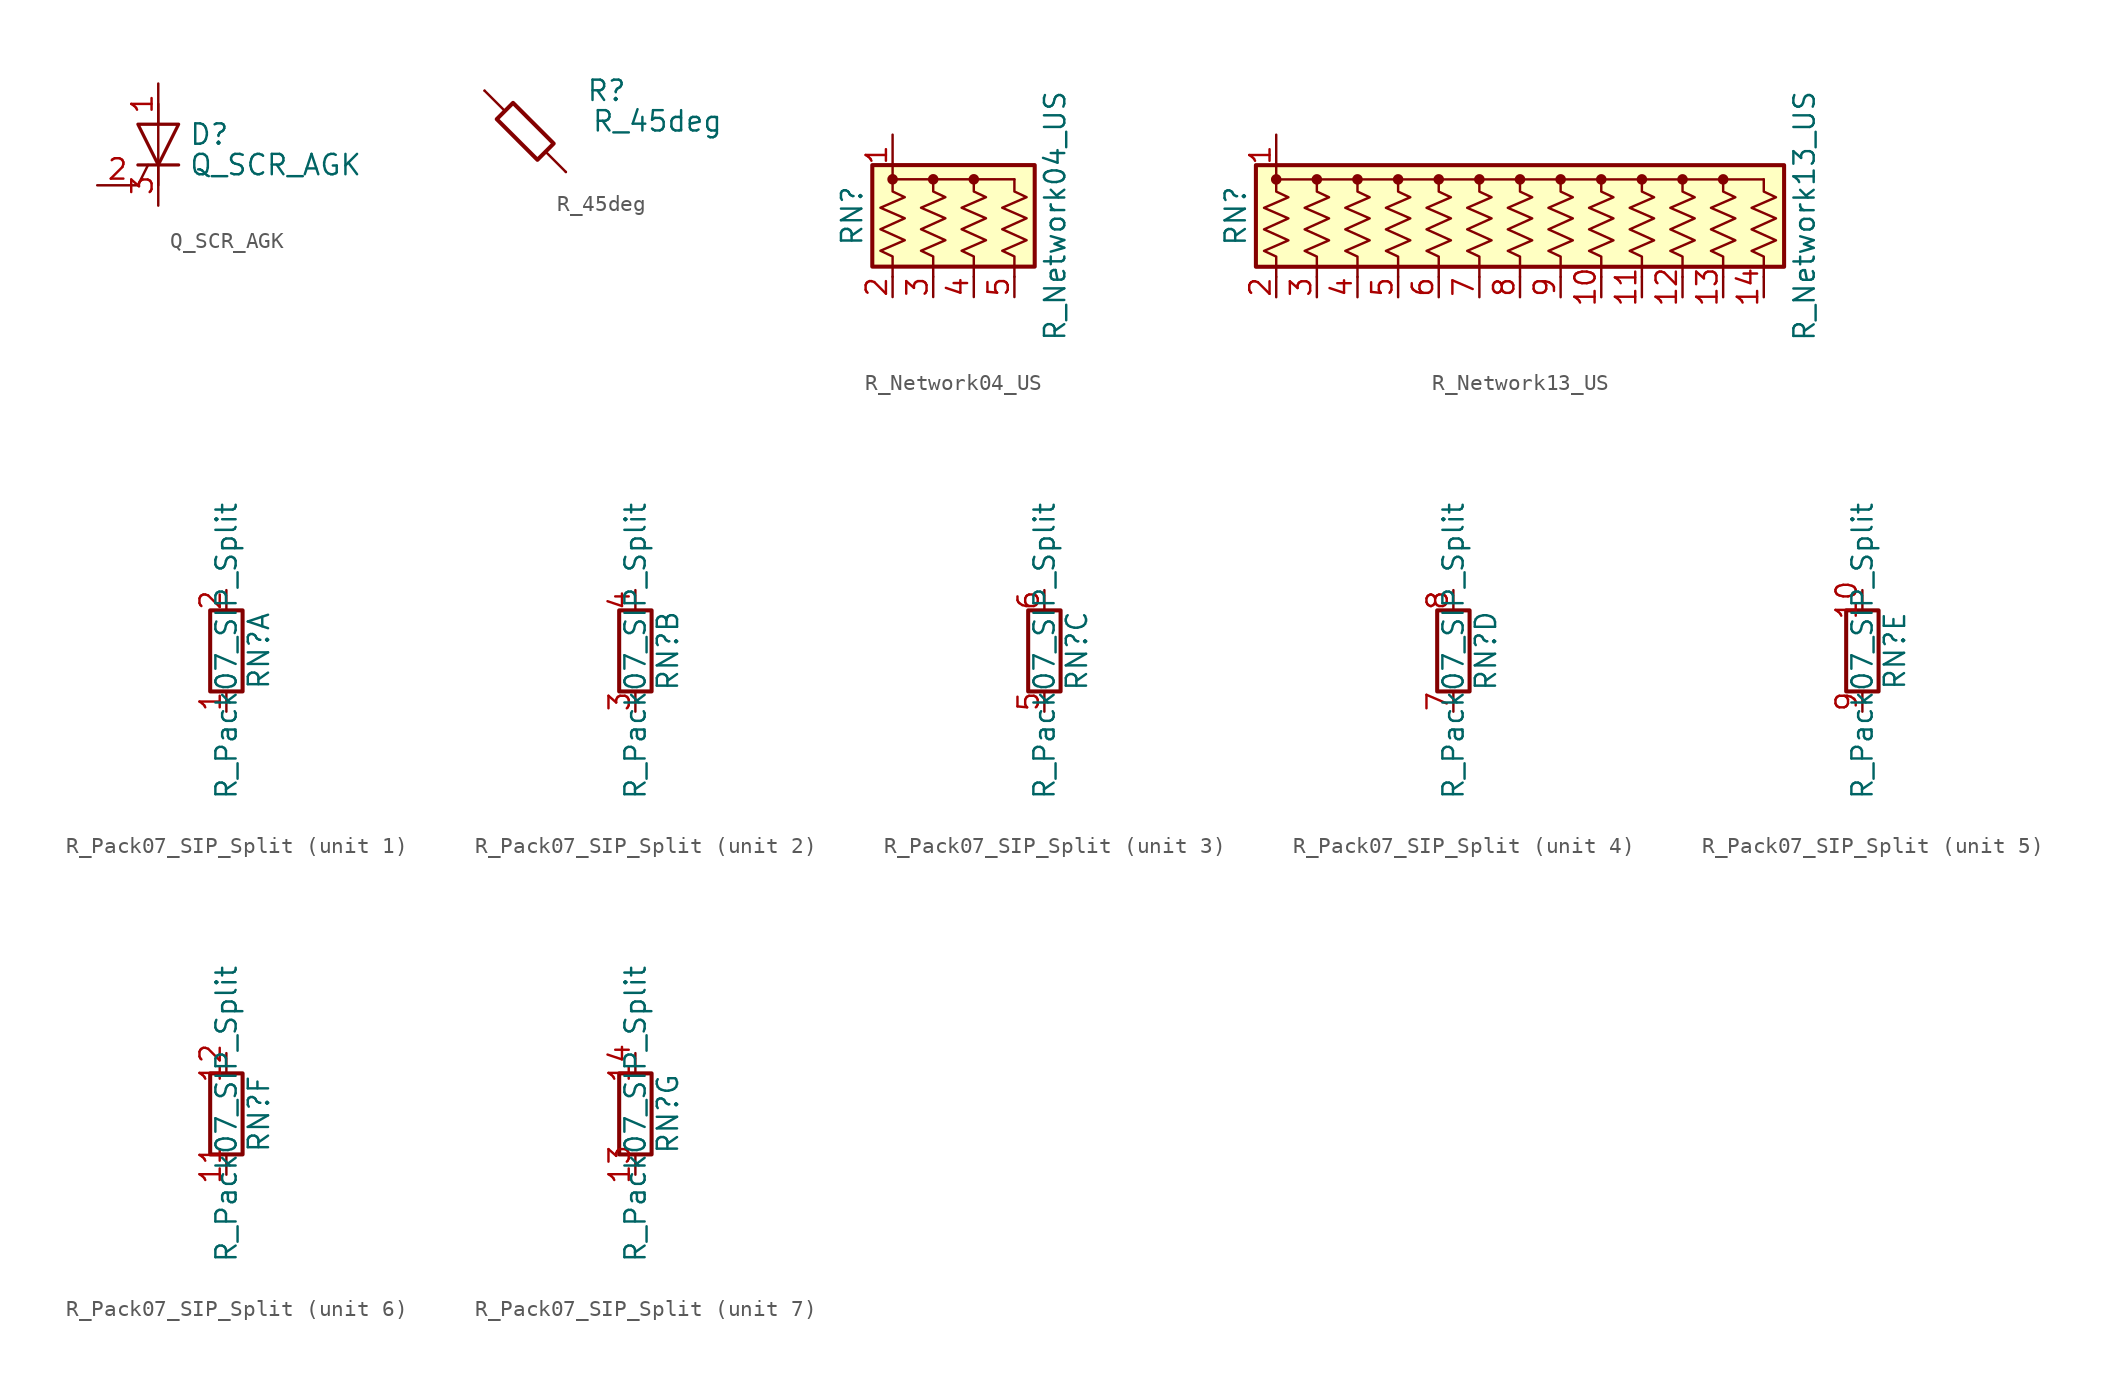
<source format=kicad_sym>
(kicad_symbol_lib
  (version 20241209)
  (generator "kicad_symbol_editor")
  (generator_version "9.0")
  (symbol "Q_SCR_AGK"
    (pin_names
      (offset 0)
      (hide yes))
    (property "Reference" "D"
      (at 1.905 0.635 0)
      (effects (font (size 1.27 1.27)) (justify left)))
    (property "Value" "Q_SCR_AGK"
      (at 1.905 -1.27 0)
      (effects (font (size 1.27 1.27)) (justify left)))
    (symbol "Q_SCR_AGK_0_1"
      (polyline (pts (xy -1.27 1.27) (xy 1.27 1.27) (xy 0 -1.27) (xy -1.27 1.27)) (stroke (width 0.203) (type default)) (fill (type none)))
      (polyline (pts (xy -1.27 -1.27) (xy 1.27 -1.27)) (stroke (width 0.203) (type default)) (fill (type none)))
      (polyline (pts (xy -1.27 -2.54) (xy -0.635 -1.27)) (stroke (width 0) (type default)) (fill (type none)))
      (polyline (pts (xy 0 -2.54) (xy 0 2.54)) (stroke (width 0) (type default)) (fill (type none))))
    (symbol "Q_SCR_AGK_1_1"
      (pin input line (at -3.81 -2.54 0) (length 2.54) (name "G" (effects (font (size 1.27 1.27)))) (number "2" (effects (font (size 1.27 1.27)))))
      (pin passive line (at 0 3.81 270) (length 2.54) (name "A" (effects (font (size 1.27 1.27)))) (number "1" (effects (font (size 1.27 1.27)))))
      (pin passive line (at 0 -3.81 90) (length 2.54) (name "K" (effects (font (size 1.27 1.27)))) (number "3" (effects (font (size 1.27 1.27)))))))
  (symbol "R_45deg"
    (pin_numbers
      (hide yes))
    (pin_names
      (offset 0))
    (property "Reference" "R"
      (at 5.08 2.54 0)
      (effects (font (size 1.27 1.27))))
    (property "Value" "R_45deg"
      (at 8.255 0.635 0)
      (effects (font (size 1.27 1.27))))
    (symbol "R_45deg_0_1"
      (polyline (pts (xy -2.54 2.54) (xy -1.27 1.27)) (stroke (width 0) (type default)) (fill (type none)))
      (polyline (pts (xy 1.27 -1.27) (xy 2.54 -2.54)) (stroke (width 0) (type default)) (fill (type none))))
    (symbol "R_45deg_1_1"
      (polyline (pts (xy -1.778 0.762) (xy 0.762 -1.778) (xy 1.778 -0.762) (xy -0.762 1.778) (xy -1.778 0.762)) (stroke (width 0.254) (type default)) (fill (type none)))
      (pin passive line (at -2.54 2.54 0) (length 0) (name "~" (effects (font (size 1.27 1.27)))) (number "1" (effects (font (size 1.27 1.27)))))
      (pin passive line (at 2.54 -2.54 180) (length 0) (name "~" (effects (font (size 1.27 1.27)))) (number "2" (effects (font (size 1.27 1.27)))))))
  (symbol "R_Network04_US"
    (pin_names
      (offset 0)
      (hide yes))
    (property "Reference" "RN"
      (at -7.62 0 90)
      (effects (font (size 1.27 1.27))))
    (property "Value" "R_Network04_US"
      (at 5.08 0 90)
      (effects (font (size 1.27 1.27))))
    (symbol "R_Network04_US_0_1"
      (rectangle (start -6.35 -3.175) (end 3.81 3.175) (stroke (width 0.254) (type default)) (fill (type background)))
      (circle (center -5.08 2.286) (radius 0.254) (stroke (width 0) (type default)) (fill (type outline)))
      (polyline (pts (xy -5.08 2.286) (xy 2.54 2.286)) (stroke (width 0) (type default)) (fill (type none)))
      (polyline (pts (xy -5.08 2.286) (xy -5.08 1.524) (xy -4.318 1.168) (xy -5.842 0.508) (xy -4.318 -0.152) (xy -5.842 -0.838) (xy -4.318 -1.524) (xy -5.842 -2.184) (xy -5.08 -2.54) (xy -5.08 -3.81)) (stroke (width 0) (type default)) (fill (type none)))
      (circle (center -2.54 2.286) (radius 0.254) (stroke (width 0) (type default)) (fill (type outline)))
      (polyline (pts (xy -2.54 2.286) (xy -2.54 1.524) (xy -1.778 1.168) (xy -3.302 0.508) (xy -1.778 -0.152) (xy -3.302 -0.838) (xy -1.778 -1.524) (xy -3.302 -2.184) (xy -2.54 -2.54) (xy -2.54 -3.81)) (stroke (width 0) (type default)) (fill (type none)))
      (circle (center 0 2.286) (radius 0.254) (stroke (width 0) (type default)) (fill (type outline)))
      (polyline (pts (xy 0 2.286) (xy 0 1.524) (xy 0.762 1.168) (xy -0.762 0.508) (xy 0.762 -0.152) (xy -0.762 -0.838) (xy 0.762 -1.524) (xy -0.762 -2.184) (xy 0 -2.54) (xy 0 -3.81)) (stroke (width 0) (type default)) (fill (type none)))
      (polyline (pts (xy 2.54 2.286) (xy 2.54 1.524) (xy 3.302 1.168) (xy 1.778 0.508) (xy 3.302 -0.152) (xy 1.778 -0.838) (xy 3.302 -1.524) (xy 1.778 -2.184) (xy 2.54 -2.54) (xy 2.54 -3.81)) (stroke (width 0) (type default)) (fill (type none))))
    (symbol "R_Network04_US_1_1"
      (pin passive line (at -5.08 5.08 270) (length 2.54) (name "common" (effects (font (size 1.27 1.27)))) (number "1" (effects (font (size 1.27 1.27)))))
      (pin passive line (at -5.08 -5.08 90) (length 1.27) (name "R1" (effects (font (size 1.27 1.27)))) (number "2" (effects (font (size 1.27 1.27)))))
      (pin passive line (at -2.54 -5.08 90) (length 1.27) (name "R2" (effects (font (size 1.27 1.27)))) (number "3" (effects (font (size 1.27 1.27)))))
      (pin passive line (at 0 -5.08 90) (length 1.27) (name "R3" (effects (font (size 1.27 1.27)))) (number "4" (effects (font (size 1.27 1.27)))))
      (pin passive line (at 2.54 -5.08 90) (length 1.27) (name "R4" (effects (font (size 1.27 1.27)))) (number "5" (effects (font (size 1.27 1.27)))))))
  (symbol "R_Network13_US"
    (pin_names
      (offset 0)
      (hide yes))
    (property "Reference" "RN"
      (at -17.78 0 90)
      (effects (font (size 1.27 1.27))))
    (property "Value" "R_Network13_US"
      (at 17.78 0 90)
      (effects (font (size 1.27 1.27))))
    (symbol "R_Network13_US_0_1"
      (rectangle (start -16.51 -3.175) (end 16.51 3.175) (stroke (width 0.254) (type default)) (fill (type background)))
      (circle (center -15.24 2.286) (radius 0.254) (stroke (width 0) (type default)) (fill (type outline)))
      (polyline (pts (xy -15.24 2.286) (xy 15.24 2.286)) (stroke (width 0) (type default)) (fill (type none)))
      (polyline (pts (xy -15.24 2.286) (xy -15.24 1.524) (xy -14.478 1.168) (xy -16.002 0.508) (xy -14.478 -0.152) (xy -16.002 -0.838) (xy -14.478 -1.524) (xy -16.002 -2.184) (xy -15.24 -2.54) (xy -15.24 -3.81)) (stroke (width 0) (type default)) (fill (type none)))
      (circle (center -12.7 2.286) (radius 0.254) (stroke (width 0) (type default)) (fill (type outline)))
      (polyline (pts (xy -12.7 2.286) (xy -12.7 1.524) (xy -11.938 1.168) (xy -13.462 0.508) (xy -11.938 -0.152) (xy -13.462 -0.838) (xy -11.938 -1.524) (xy -13.462 -2.184) (xy -12.7 -2.54) (xy -12.7 -3.81)) (stroke (width 0) (type default)) (fill (type none)))
      (circle (center -10.16 2.286) (radius 0.254) (stroke (width 0) (type default)) (fill (type outline)))
      (polyline (pts (xy -10.16 2.286) (xy -10.16 1.524) (xy -9.398 1.168) (xy -10.922 0.508) (xy -9.398 -0.152) (xy -10.922 -0.838) (xy -9.398 -1.524) (xy -10.922 -2.184) (xy -10.16 -2.54) (xy -10.16 -3.81)) (stroke (width 0) (type default)) (fill (type none)))
      (circle (center -7.62 2.286) (radius 0.254) (stroke (width 0) (type default)) (fill (type outline)))
      (polyline (pts (xy -7.62 2.286) (xy -7.62 1.524) (xy -6.858 1.168) (xy -8.382 0.508) (xy -6.858 -0.152) (xy -8.382 -0.838) (xy -6.858 -1.524) (xy -8.382 -2.184) (xy -7.62 -2.54) (xy -7.62 -3.81)) (stroke (width 0) (type default)) (fill (type none)))
      (circle (center -5.08 2.286) (radius 0.254) (stroke (width 0) (type default)) (fill (type outline)))
      (polyline (pts (xy -5.08 2.286) (xy -5.08 1.524) (xy -4.318 1.168) (xy -5.842 0.508) (xy -4.318 -0.152) (xy -5.842 -0.838) (xy -4.318 -1.524) (xy -5.842 -2.184) (xy -5.08 -2.54) (xy -5.08 -3.81)) (stroke (width 0) (type default)) (fill (type none)))
      (circle (center -2.54 2.286) (radius 0.254) (stroke (width 0) (type default)) (fill (type outline)))
      (polyline (pts (xy -2.54 2.286) (xy -2.54 1.524) (xy -1.778 1.168) (xy -3.302 0.508) (xy -1.778 -0.152) (xy -3.302 -0.838) (xy -1.778 -1.524) (xy -3.302 -2.184) (xy -2.54 -2.54) (xy -2.54 -3.81)) (stroke (width 0) (type default)) (fill (type none)))
      (circle (center 0 2.286) (radius 0.254) (stroke (width 0) (type default)) (fill (type outline)))
      (polyline (pts (xy 0 2.286) (xy 0 1.524) (xy 0.762 1.168) (xy -0.762 0.508) (xy 0.762 -0.152) (xy -0.762 -0.838) (xy 0.762 -1.524) (xy -0.762 -2.184) (xy 0 -2.54) (xy 0 -3.81)) (stroke (width 0) (type default)) (fill (type none)))
      (polyline (pts (xy 2.54 2.286) (xy 2.54 1.524) (xy 3.302 1.168) (xy 1.778 0.508) (xy 3.302 -0.152) (xy 1.778 -0.838) (xy 3.302 -1.524) (xy 1.778 -2.184) (xy 2.54 -2.54) (xy 2.54 -3.81)) (stroke (width 0) (type default)) (fill (type none)))
      (circle (center 2.54 2.286) (radius 0.254) (stroke (width 0) (type default)) (fill (type outline)))
      (polyline (pts (xy 5.08 2.286) (xy 5.08 1.524) (xy 5.842 1.168) (xy 4.318 0.508) (xy 5.842 -0.152) (xy 4.318 -0.838) (xy 5.842 -1.524) (xy 4.318 -2.184) (xy 5.08 -2.54) (xy 5.08 -3.81)) (stroke (width 0) (type default)) (fill (type none)))
      (circle (center 5.08 2.286) (radius 0.254) (stroke (width 0) (type default)) (fill (type outline)))
      (polyline (pts (xy 7.62 2.286) (xy 7.62 1.524) (xy 8.382 1.168) (xy 6.858 0.508) (xy 8.382 -0.152) (xy 6.858 -0.838) (xy 8.382 -1.524) (xy 6.858 -2.184) (xy 7.62 -2.54) (xy 7.62 -3.81)) (stroke (width 0) (type default)) (fill (type none)))
      (circle (center 7.62 2.286) (radius 0.254) (stroke (width 0) (type default)) (fill (type outline)))
      (polyline (pts (xy 10.16 2.286) (xy 10.16 1.524) (xy 10.922 1.168) (xy 9.398 0.508) (xy 10.922 -0.152) (xy 9.398 -0.838) (xy 10.922 -1.524) (xy 9.398 -2.184) (xy 10.16 -2.54) (xy 10.16 -3.81)) (stroke (width 0) (type default)) (fill (type none)))
      (circle (center 10.16 2.286) (radius 0.254) (stroke (width 0) (type default)) (fill (type outline)))
      (polyline (pts (xy 12.7 2.286) (xy 12.7 1.524) (xy 13.462 1.168) (xy 11.938 0.508) (xy 13.462 -0.152) (xy 11.938 -0.838) (xy 13.462 -1.524) (xy 11.938 -2.184) (xy 12.7 -2.54) (xy 12.7 -3.81)) (stroke (width 0) (type default)) (fill (type none)))
      (circle (center 12.7 2.286) (radius 0.254) (stroke (width 0) (type default)) (fill (type outline)))
      (polyline (pts (xy 15.24 2.286) (xy 15.24 1.524) (xy 16.002 1.168) (xy 14.478 0.508) (xy 16.002 -0.152) (xy 14.478 -0.838) (xy 16.002 -1.524) (xy 14.478 -2.184) (xy 15.24 -2.54) (xy 15.24 -3.81)) (stroke (width 0) (type default)) (fill (type none))))
    (symbol "R_Network13_US_1_1"
      (pin passive line (at -15.24 5.08 270) (length 2.54) (name "common" (effects (font (size 1.27 1.27)))) (number "1" (effects (font (size 1.27 1.27)))))
      (pin passive line (at -15.24 -5.08 90) (length 1.27) (name "R1" (effects (font (size 1.27 1.27)))) (number "2" (effects (font (size 1.27 1.27)))))
      (pin passive line (at -12.7 -5.08 90) (length 1.27) (name "R2" (effects (font (size 1.27 1.27)))) (number "3" (effects (font (size 1.27 1.27)))))
      (pin passive line (at -10.16 -5.08 90) (length 1.27) (name "R3" (effects (font (size 1.27 1.27)))) (number "4" (effects (font (size 1.27 1.27)))))
      (pin passive line (at -7.62 -5.08 90) (length 1.27) (name "R4" (effects (font (size 1.27 1.27)))) (number "5" (effects (font (size 1.27 1.27)))))
      (pin passive line (at -5.08 -5.08 90) (length 1.27) (name "R5" (effects (font (size 1.27 1.27)))) (number "6" (effects (font (size 1.27 1.27)))))
      (pin passive line (at -2.54 -5.08 90) (length 1.27) (name "R6" (effects (font (size 1.27 1.27)))) (number "7" (effects (font (size 1.27 1.27)))))
      (pin passive line (at 0 -5.08 90) (length 1.27) (name "R7" (effects (font (size 1.27 1.27)))) (number "8" (effects (font (size 1.27 1.27)))))
      (pin passive line (at 2.54 -5.08 90) (length 1.27) (name "R8" (effects (font (size 1.27 1.27)))) (number "9" (effects (font (size 1.27 1.27)))))
      (pin passive line (at 5.08 -5.08 90) (length 1.27) (name "R9" (effects (font (size 1.27 1.27)))) (number "10" (effects (font (size 1.27 1.27)))))
      (pin passive line (at 7.62 -5.08 90) (length 1.27) (name "R10" (effects (font (size 1.27 1.27)))) (number "11" (effects (font (size 1.27 1.27)))))
      (pin passive line (at 10.16 -5.08 90) (length 1.27) (name "R11" (effects (font (size 1.27 1.27)))) (number "12" (effects (font (size 1.27 1.27)))))
      (pin passive line (at 12.7 -5.08 90) (length 1.27) (name "R12" (effects (font (size 1.27 1.27)))) (number "13" (effects (font (size 1.27 1.27)))))
      (pin passive line (at 15.24 -5.08 90) (length 1.27) (name "R13" (effects (font (size 1.27 1.27)))) (number "14" (effects (font (size 1.27 1.27)))))))
  (symbol "R_Pack07_SIP_Split"
    (pin_names
      (offset 0)
      (hide yes))
    (property "Reference" "RN"
      (at 2.032 0 90)
      (effects (font (size 1.27 1.27))))
    (property "Value" "R_Pack07_SIP_Split"
      (at 0 0 90)
      (effects (font (size 1.27 1.27))))
    (symbol "R_Pack07_SIP_Split_0_1"
      (rectangle (start 1.016 2.54) (end -1.016 -2.54) (stroke (width 0.254) (type default)) (fill (type none))))
    (symbol "R_Pack07_SIP_Split_1_1"
      (pin passive line (at 0 3.81 270) (length 1.27) (name "R1.2" (effects (font (size 1.27 1.27)))) (number "2" (effects (font (size 1.27 1.27)))))
      (pin passive line (at 0 -3.81 90) (length 1.27) (name "R1.1" (effects (font (size 1.27 1.27)))) (number "1" (effects (font (size 1.27 1.27))))))
    (symbol "R_Pack07_SIP_Split_2_1"
      (pin passive line (at 0 3.81 270) (length 1.27) (name "R2.2" (effects (font (size 1.27 1.27)))) (number "4" (effects (font (size 1.27 1.27)))))
      (pin passive line (at 0 -3.81 90) (length 1.27) (name "R2.1" (effects (font (size 1.27 1.27)))) (number "3" (effects (font (size 1.27 1.27))))))
    (symbol "R_Pack07_SIP_Split_3_1"
      (pin passive line (at 0 3.81 270) (length 1.27) (name "R3.2" (effects (font (size 1.27 1.27)))) (number "6" (effects (font (size 1.27 1.27)))))
      (pin passive line (at 0 -3.81 90) (length 1.27) (name "R3.1" (effects (font (size 1.27 1.27)))) (number "5" (effects (font (size 1.27 1.27))))))
    (symbol "R_Pack07_SIP_Split_4_1"
      (pin passive line (at 0 3.81 270) (length 1.27) (name "R4.2" (effects (font (size 1.27 1.27)))) (number "8" (effects (font (size 1.27 1.27)))))
      (pin passive line (at 0 -3.81 90) (length 1.27) (name "R4.1" (effects (font (size 1.27 1.27)))) (number "7" (effects (font (size 1.27 1.27))))))
    (symbol "R_Pack07_SIP_Split_5_1"
      (pin passive line (at 0 3.81 270) (length 1.27) (name "R5.2" (effects (font (size 1.27 1.27)))) (number "10" (effects (font (size 1.27 1.27)))))
      (pin passive line (at 0 -3.81 90) (length 1.27) (name "R5.1" (effects (font (size 1.27 1.27)))) (number "9" (effects (font (size 1.27 1.27))))))
    (symbol "R_Pack07_SIP_Split_6_1"
      (pin passive line (at 0 3.81 270) (length 1.27) (name "R6.2" (effects (font (size 1.27 1.27)))) (number "12" (effects (font (size 1.27 1.27)))))
      (pin passive line (at 0 -3.81 90) (length 1.27) (name "R6.1" (effects (font (size 1.27 1.27)))) (number "11" (effects (font (size 1.27 1.27))))))
    (symbol "R_Pack07_SIP_Split_7_1"
      (pin passive line (at 0 3.81 270) (length 1.27) (name "R7.2" (effects (font (size 1.27 1.27)))) (number "14" (effects (font (size 1.27 1.27)))))
      (pin passive line (at 0 -3.81 90) (length 1.27) (name "R7.1" (effects (font (size 1.27 1.27)))) (number "13" (effects (font (size 1.27 1.27))))))))
</source>
